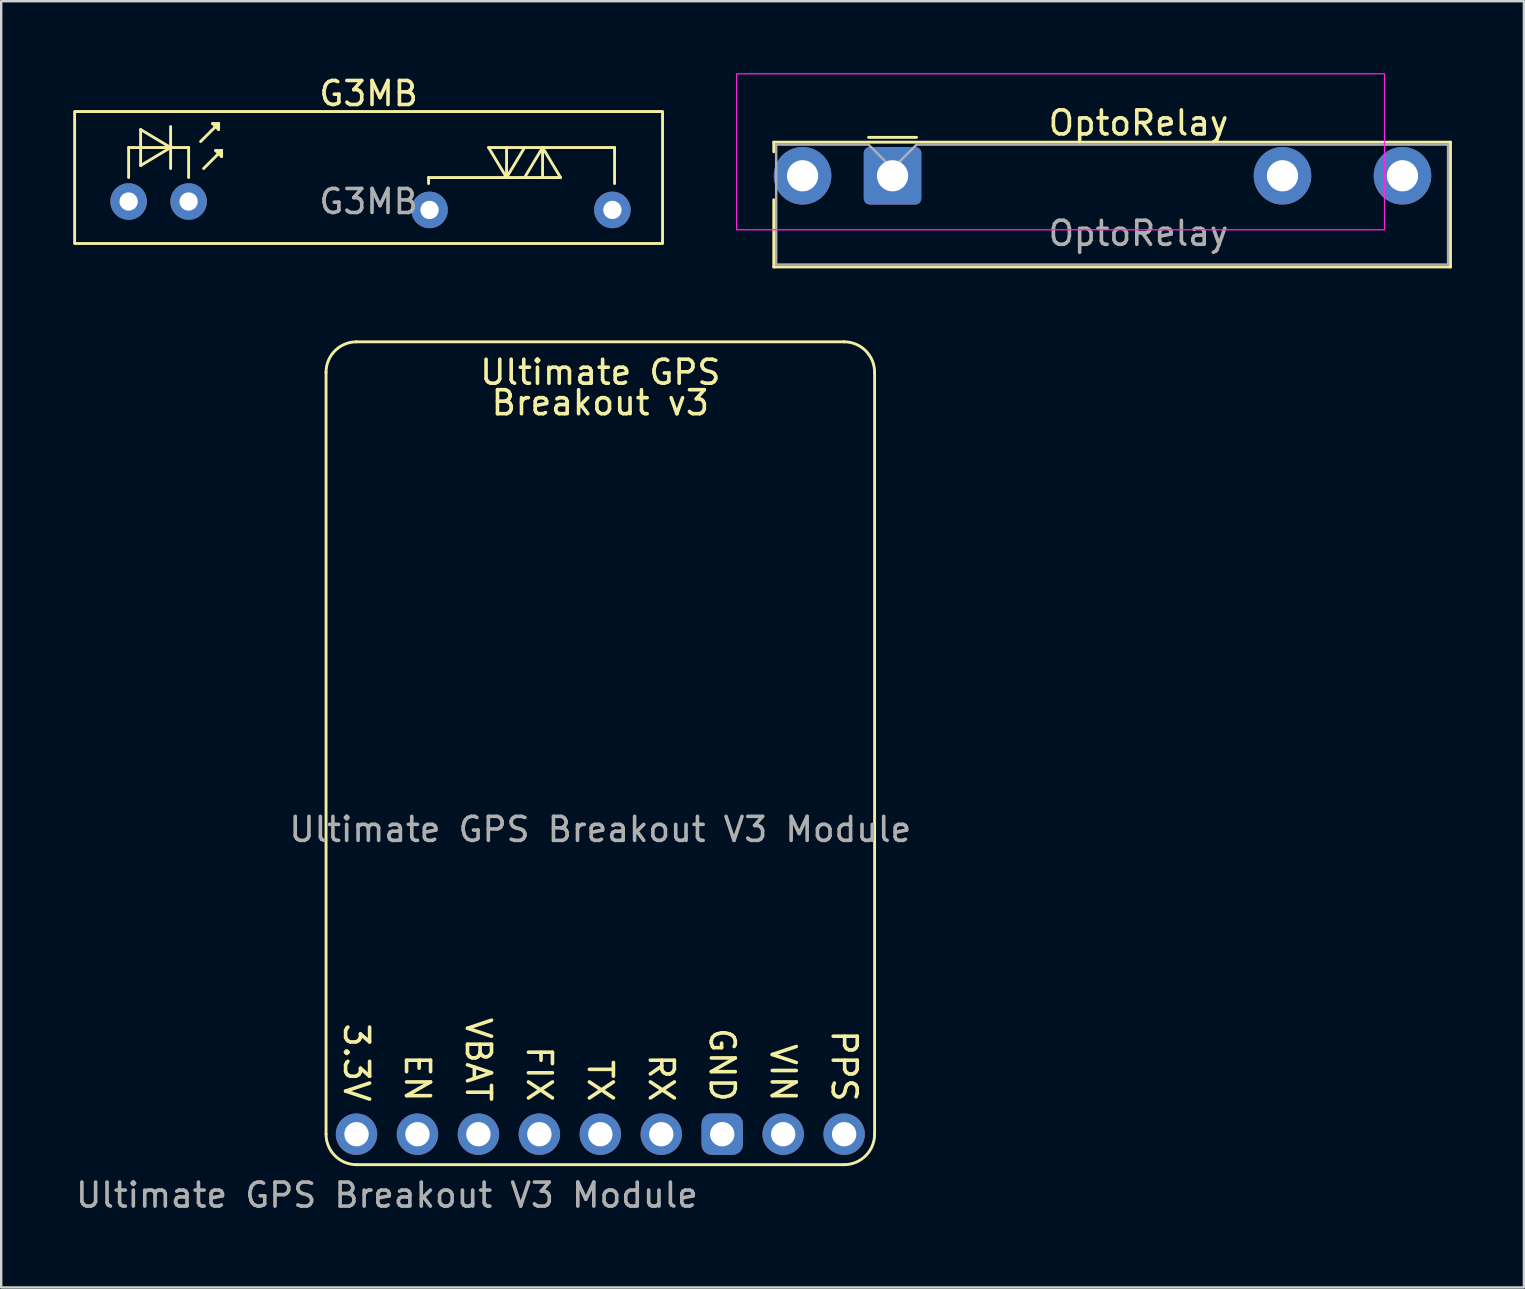
<source format=kicad_pcb>
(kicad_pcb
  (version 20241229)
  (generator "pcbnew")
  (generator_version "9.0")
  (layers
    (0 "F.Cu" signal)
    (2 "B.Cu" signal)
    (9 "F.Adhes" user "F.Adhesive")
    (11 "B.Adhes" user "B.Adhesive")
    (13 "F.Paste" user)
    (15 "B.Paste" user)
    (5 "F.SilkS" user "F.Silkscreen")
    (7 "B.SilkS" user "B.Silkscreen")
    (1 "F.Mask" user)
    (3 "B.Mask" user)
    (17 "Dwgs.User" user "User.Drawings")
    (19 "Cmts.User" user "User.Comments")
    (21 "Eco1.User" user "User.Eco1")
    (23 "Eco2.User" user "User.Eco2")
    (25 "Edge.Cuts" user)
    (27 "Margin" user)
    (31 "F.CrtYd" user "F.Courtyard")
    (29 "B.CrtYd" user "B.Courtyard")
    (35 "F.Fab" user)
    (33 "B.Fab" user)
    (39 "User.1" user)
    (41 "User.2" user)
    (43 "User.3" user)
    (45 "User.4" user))
  (footprint "OptoRelay"
    (layer "F.Cu")
    (at 34.145 4.275)
    (property "Reference" "OptoRelay" (at 10.25 -2.2 0) (layer "F.SilkS") (effects (font (size 1 1) (thickness 0.15))))
    (attr through_hole)
    (fp_line (start -4.95 -1.4) (end -4.95 -1) (stroke (width 0.12) (type solid)) (layer "F.SilkS"))
    (fp_line (start -4.95 -1.4) (end 23.25 -1.4) (stroke (width 0.12) (type solid)) (layer "F.SilkS"))
    (fp_line (start -4.95 3.8) (end -4.95 1) (stroke (width 0.12) (type solid)) (layer "F.SilkS"))
    (fp_line (start 1 -1.6) (end -1 -1.6) (stroke (width 0.12) (type solid)) (layer "F.SilkS"))
    (fp_line (start 23.25 -1.4) (end 23.25 3.8) (stroke (width 0.12) (type solid)) (layer "F.SilkS"))
    (fp_line (start 23.25 3.8) (end -4.95 3.8) (stroke (width 0.12) (type solid)) (layer "F.SilkS"))
    (fp_rect (start -6.5 -4.25) (end 20.5 2.25) (stroke (width 0.05) (type default)) (fill no) (layer "F.CrtYd"))
    (fp_line (start -4.85 -1.3) (end -1 -1.3) (stroke (width 0.1) (type solid)) (layer "F.Fab"))
    (fp_line (start -4.85 3.7) (end -4.85 -1.3) (stroke (width 0.1) (type solid)) (layer "F.Fab"))
    (fp_line (start 0 -0.3) (end -1 -1.3) (stroke (width 0.1) (type solid)) (layer "F.Fab"))
    (fp_line (start 0 -0.3) (end 1 -1.3) (stroke (width 0.1) (type solid)) (layer "F.Fab"))
    (fp_line (start 1 -1.3) (end 23.15 -1.3) (stroke (width 0.1) (type solid)) (layer "F.Fab"))
    (fp_line (start 23.15 -1.3) (end 23.15 3.7) (stroke (width 0.1) (type solid)) (layer "F.Fab"))
    (fp_line (start 23.15 3.7) (end -4.85 3.7) (stroke (width 0.1) (type solid)) (layer "F.Fab"))
    (fp_text user "${REFERENCE}" (at 10.25 2.4 0) (layer "F.Fab") (effects (font (size 1 1) (thickness 0.15))))
    (pad "11" thru_hole circle (at 16.25 0) (size 2.4 2.4) (drill 1.3) (layers "*.Cu" "*.Mask"))
    (pad "14" thru_hole circle (at 21.25 0) (size 2.4 2.4) (drill 1.3) (layers "*.Cu" "*.Mask"))
    (pad "A1" thru_hole roundrect (at 0 0) (size 2.4 2.4) (drill 1.3) (layers "*.Cu" "*.Mask") (roundrect_rratio 0.104))
    (pad "A2" thru_hole circle (at -3.75 0) (size 2.4 2.4) (drill 1.3) (layers "*.Cu" "*.Mask")))
  (footprint "G3MB"
    (layer "F.Cu")
    (at 12.31 4.348)
    (property "Reference" "G3MB" (at 0 -3.5 0) (unlocked yes) (layer "F.SilkS") (effects (font (size 1 1) (thickness 0.15))))
    (attr through_hole)
    (fp_line (start -10 -1.25) (end -10 0) (stroke (width 0.12) (type default)) (layer "F.SilkS"))
    (fp_line (start -9.5 -1.25) (end -10 -1.25) (stroke (width 0.12) (type default)) (layer "F.SilkS"))
    (fp_line (start -9.5 -1.25) (end -8.25 -1.25) (stroke (width 0.12) (type default)) (layer "F.SilkS"))
    (fp_line (start -9.5 -0.5) (end -9.5 -2) (stroke (width 0.12) (type default)) (layer "F.SilkS"))
    (fp_line (start -9.5 -0.5) (end -8.25 -1.25) (stroke (width 0.12) (type default)) (layer "F.SilkS"))
    (fp_line (start -8.25 -1.25) (end -9.5 -2) (stroke (width 0.12) (type default)) (layer "F.SilkS"))
    (fp_line (start -8.25 -1.25) (end -7.5 -1.25) (stroke (width 0.12) (type default)) (layer "F.SilkS"))
    (fp_line (start -8.25 -0.375) (end -8.25 -2.125) (stroke (width 0.12) (type default)) (layer "F.SilkS"))
    (fp_line (start -7.5 -1.25) (end -7.5 0) (stroke (width 0.12) (type default)) (layer "F.SilkS"))
    (fp_line (start -7 -1.5) (end -6.25 -2.25) (stroke (width 0.12) (type default)) (layer "F.SilkS"))
    (fp_line (start -6.875 -0.375) (end -6.125 -1.125) (stroke (width 0.12) (type default)) (layer "F.SilkS"))
    (fp_line (start -6.5 -2.25) (end -6.25 -2) (stroke (width 0.12) (type default)) (layer "F.SilkS"))
    (fp_line (start -6.375 -1.125) (end -6.125 -0.875) (stroke (width 0.12) (type default)) (layer "F.SilkS"))
    (fp_line (start -6.25 -2.25) (end -6.5 -2.25) (stroke (width 0.12) (type default)) (layer "F.SilkS"))
    (fp_line (start -6.25 -2) (end -6.25 -2.25) (stroke (width 0.12) (type default)) (layer "F.SilkS"))
    (fp_line (start -6.125 -1.125) (end -6.375 -1.125) (stroke (width 0.12) (type default)) (layer "F.SilkS"))
    (fp_line (start -6.125 -0.875) (end -6.125 -1.125) (stroke (width 0.12) (type default)) (layer "F.SilkS"))
    (fp_line (start 2.5 0) (end 2.5 0.25) (stroke (width 0.12) (type default)) (layer "F.SilkS"))
    (fp_line (start 5 -1.25) (end 5.75 0) (stroke (width 0.12) (type default)) (layer "F.SilkS"))
    (fp_line (start 5 -1.25) (end 10.25 -1.25) (stroke (width 0.12) (type default)) (layer "F.SilkS"))
    (fp_line (start 5.75 -1.25) (end 5.75 0) (stroke (width 0.12) (type default)) (layer "F.SilkS"))
    (fp_line (start 5.75 0) (end 6.5 -1.25) (stroke (width 0.12) (type default)) (layer "F.SilkS"))
    (fp_line (start 7.25 -1.25) (end 6.5 0) (stroke (width 0.12) (type default)) (layer "F.SilkS"))
    (fp_line (start 7.25 -1.25) (end 7.25 0) (stroke (width 0.12) (type default)) (layer "F.SilkS"))
    (fp_line (start 8 0) (end 2.5 0) (stroke (width 0.12) (type default)) (layer "F.SilkS"))
    (fp_line (start 8 0) (end 7.25 -1.25) (stroke (width 0.12) (type default)) (layer "F.SilkS"))
    (fp_line (start 10.25 -1.25) (end 10.25 0.25) (stroke (width 0.12) (type default)) (layer "F.SilkS"))
    (fp_rect (start -12.25 -2.75) (end 12.25 2.75) (stroke (width 0.12) (type default)) (fill no) (layer "F.SilkS"))
    (fp_text user "${REFERENCE}" (at 0 1 0) (unlocked yes) (layer "F.Fab") (effects (font (size 1 1) (thickness 0.15))))
    (pad "1" thru_hole circle (at -10 1) (size 1.524 1.524) (drill 0.762) (layers "*.Cu" "*.Mask"))
    (pad "2" thru_hole circle (at -7.5 1) (size 1.524 1.524) (drill 0.762) (layers "*.Cu" "*.Mask"))
    (pad "3" thru_hole circle (at 2.54 1.35) (size 1.524 1.524) (drill 0.762) (layers "*.Cu" "*.Mask"))
    (pad "4" thru_hole circle (at 10.16 1.35) (size 1.524 1.524) (drill 0.762) (layers "*.Cu" "*.Mask")))
  (footprint "Ultimate GPS Breakout V3 Module"
    (layer "F.Cu")
    (at 21.967 44.215)
    (property "Reference" "Ultimate GPS Breakout V3 Module" (at -8.89 2.54 0) (unlocked yes) (layer "F.Fab") (effects (font (size 1 1) (thickness 0.15))))
    (attr through_hole)
    (fp_line (start -11.43 0) (end -11.43 -31.75) (stroke (width 0.12) (type solid)) (layer "F.SilkS"))
    (fp_line (start 10.16 -33.02) (end -10.16 -33.02) (stroke (width 0.12) (type solid)) (layer "F.SilkS"))
    (fp_line (start 10.16 1.27) (end -10.16 1.27) (stroke (width 0.12) (type solid)) (layer "F.SilkS"))
    (fp_line (start 11.43 0) (end 11.43 -31.75) (stroke (width 0.12) (type solid)) (layer "F.SilkS"))
    (fp_arc (start -11.43 -31.75) (mid -11.058026 -32.648026) (end -10.16 -33.02) (stroke (width 0.12) (type solid)) (layer "F.SilkS"))
    (fp_arc (start -10.16 1.27) (mid -11.058026 0.898026) (end -11.43 0) (stroke (width 0.12) (type solid)) (layer "F.SilkS"))
    (fp_arc (start 10.16 -33.02) (mid 11.058026 -32.648026) (end 11.43 -31.75) (stroke (width 0.12) (type solid)) (layer "F.SilkS"))
    (fp_arc (start 11.43 0) (mid 11.058026 0.898026) (end 10.16 1.27) (stroke (width 0.12) (type solid)) (layer "F.SilkS"))
    (fp_text user "FIX" (at -2.54 -1.27 270) (unlocked yes) (layer "F.SilkS") (effects (font (size 1 1) (thickness 0.15)) (justify right)))
    (fp_text user "Breakout v3" (at 0 -30.48 0) (unlocked yes) (layer "F.SilkS") (effects (font (size 1 1) (thickness 0.15))))
    (fp_text user "RX" (at 2.54 -1.27 270) (unlocked yes) (layer "F.SilkS") (effects (font (size 1 1) (thickness 0.15)) (justify right)))
    (fp_text user "TX" (at 0 -1.27 270) (unlocked yes) (layer "F.SilkS") (effects (font (size 1 1) (thickness 0.15)) (justify right)))
    (fp_text user "PPS" (at 10.16 -1.27 270) (unlocked yes) (layer "F.SilkS") (effects (font (size 1 1) (thickness 0.15)) (justify right)))
    (fp_text user "Ultimate GPS" (at 0 -31.75 0) (unlocked yes) (layer "F.SilkS") (effects (font (size 1 1) (thickness 0.15))))
    (fp_text user "VIN" (at 7.62 -1.27 270) (unlocked yes) (layer "F.SilkS") (effects (font (size 1 1) (thickness 0.15)) (justify right)))
    (fp_text user "VBAT" (at -5.08 -1.27 270) (unlocked yes) (layer "F.SilkS") (effects (font (size 1 1) (thickness 0.15)) (justify right)))
    (fp_text user "EN" (at -7.62 -1.27 270) (unlocked yes) (layer "F.SilkS") (effects (font (size 1 1) (thickness 0.15)) (justify right)))
    (fp_text user "GND" (at 5.08 -1.27 270) (unlocked yes) (layer "F.SilkS") (effects (font (size 1 1) (thickness 0.15)) (justify right)))
    (fp_text user "3.3V" (at -10.16 -1.27 270) (unlocked yes) (layer "F.SilkS") (effects (font (size 1 1) (thickness 0.15)) (justify right)))
    (fp_text user "${REFERENCE}" (at 0 -12.7 0) (unlocked yes) (layer "F.Fab") (effects (font (size 1 1) (thickness 0.15))))
    (pad "1" thru_hole circle (at -10.16 0) (size 1.727 1.727) (drill 1.016) (layers "*.Cu" "*.Mask"))
    (pad "2" thru_hole circle (at -7.62 0) (size 1.727 1.727) (drill 1.016) (layers "*.Cu" "*.Mask"))
    (pad "3" thru_hole circle (at -5.08 0) (size 1.727 1.727) (drill 1.016) (layers "*.Cu" "*.Mask"))
    (pad "4" thru_hole circle (at -2.54 0) (size 1.727 1.727) (drill 1.016) (layers "*.Cu" "*.Mask"))
    (pad "5" thru_hole circle (at 0 0) (size 1.727 1.727) (drill 1.016) (layers "*.Cu" "*.Mask"))
    (pad "6" thru_hole circle (at 2.54 0) (size 1.727 1.727) (drill 1.016) (layers "*.Cu" "*.Mask"))
    (pad "7" thru_hole roundrect (at 5.08 0) (size 1.727 1.727) (drill 1.016) (layers "*.Cu" "*.Mask") (roundrect_rratio 0.25))
    (pad "8" thru_hole circle (at 7.62 0) (size 1.727 1.727) (drill 1.016) (layers "*.Cu" "*.Mask"))
    (pad "9" thru_hole circle (at 10.16 0) (size 1.727 1.727) (drill 1.016) (layers "*.Cu" "*.Mask")))
  (gr_rect
    (start -3 -3)
    (end 60.455 50.603)
    (stroke (width 0.1) (type default))
    (fill no)
    (layer "Edge.Cuts")))
</source>
